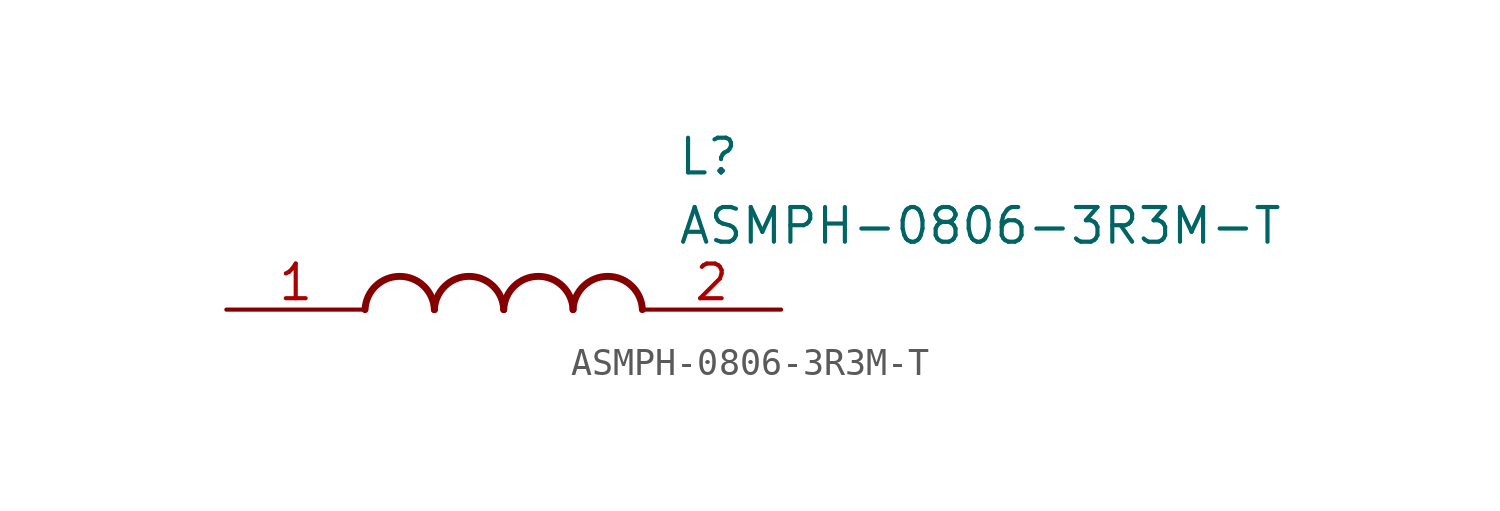
<source format=kicad_sym>
(kicad_symbol_lib
  (version 20211014)
  (generator SamacSys_ECAD_Model)
  (symbol "ASMPH-0806-3R3M-T"
    (pin_names hide)
    (property "Reference" "L"
      (at 16.51 6.35 0)
      (effects (font (size 1.27 1.27)) (justify left top)))
    (property "Value" "ASMPH-0806-3R3M-T"
      (at 16.51 3.81 0)
      (effects (font (size 1.27 1.27)) (justify left top)))
    (arc
      (start 7.62 0)
      (mid 6.35 1.219)
      (end 5.08 0)
      (stroke (width 0.254) (type default))
      (fill (type none)))
    (arc
      (start 10.16 0)
      (mid 8.89 1.219)
      (end 7.62 0)
      (stroke (width 0.254) (type default))
      (fill (type none)))
    (arc
      (start 12.7 0)
      (mid 11.43 1.219)
      (end 10.16 0)
      (stroke (width 0.254) (type default))
      (fill (type none)))
    (arc
      (start 15.24 0)
      (mid 13.97 1.219)
      (end 12.7 0)
      (stroke (width 0.254) (type default))
      (fill (type none)))
    (pin passive line
      (at 0 0 0)
      (length 5.08)
      (name "1" (effects (font (size 1.27 1.27))))
      (number "1" (effects (font (size 1.27 1.27)))))
    (pin passive line
      (at 20.32 0 180)
      (length 5.08)
      (name "2" (effects (font (size 1.27 1.27))))
      (number "2" (effects (font (size 1.27 1.27)))))))
</source>
